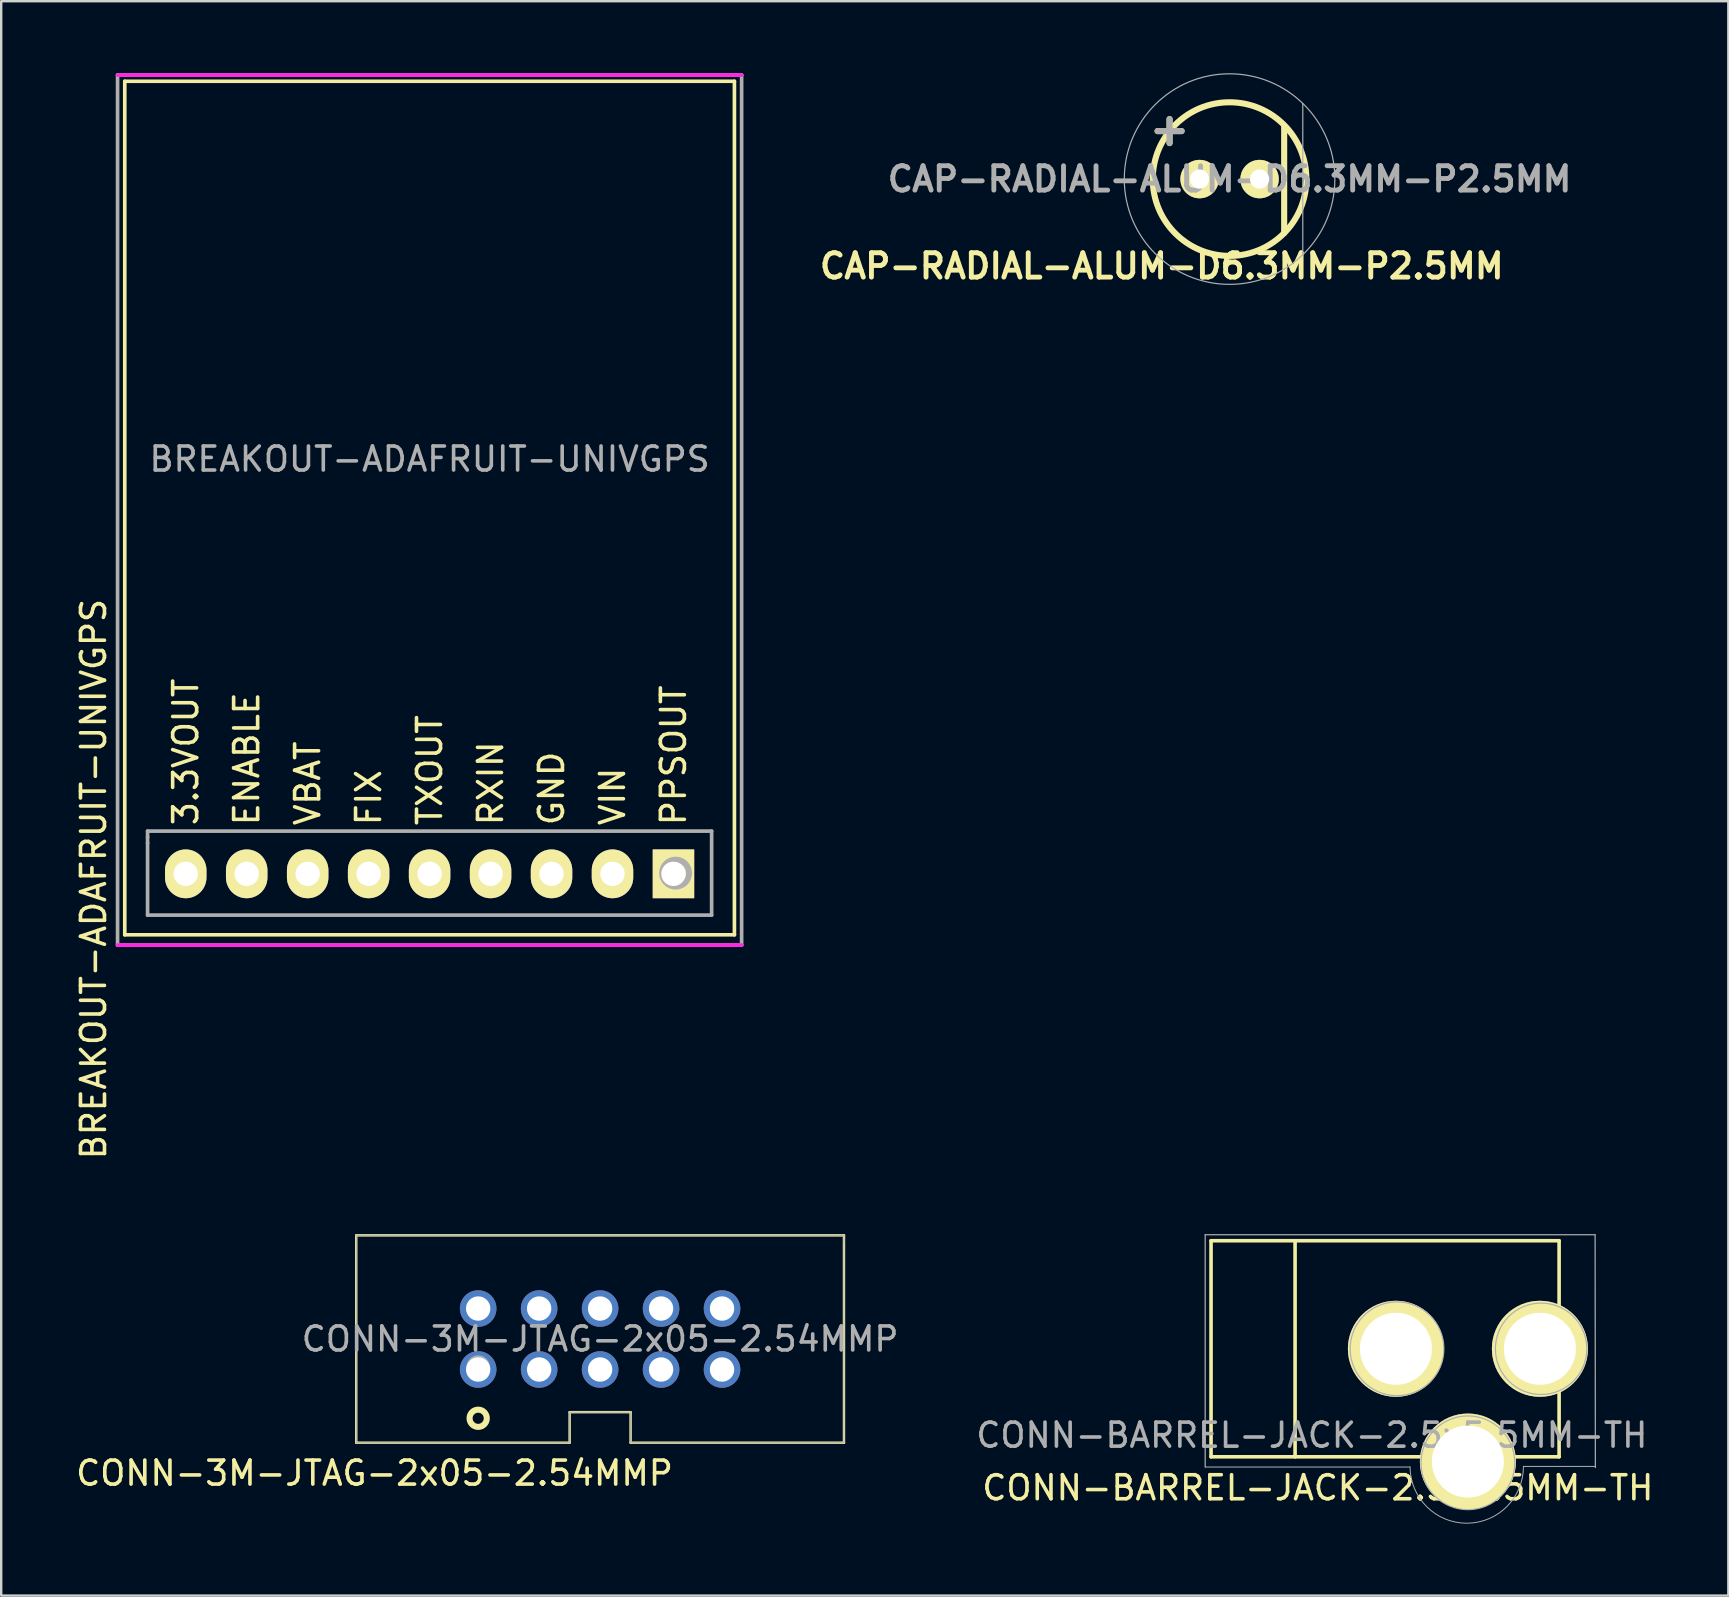
<source format=kicad_pcb>
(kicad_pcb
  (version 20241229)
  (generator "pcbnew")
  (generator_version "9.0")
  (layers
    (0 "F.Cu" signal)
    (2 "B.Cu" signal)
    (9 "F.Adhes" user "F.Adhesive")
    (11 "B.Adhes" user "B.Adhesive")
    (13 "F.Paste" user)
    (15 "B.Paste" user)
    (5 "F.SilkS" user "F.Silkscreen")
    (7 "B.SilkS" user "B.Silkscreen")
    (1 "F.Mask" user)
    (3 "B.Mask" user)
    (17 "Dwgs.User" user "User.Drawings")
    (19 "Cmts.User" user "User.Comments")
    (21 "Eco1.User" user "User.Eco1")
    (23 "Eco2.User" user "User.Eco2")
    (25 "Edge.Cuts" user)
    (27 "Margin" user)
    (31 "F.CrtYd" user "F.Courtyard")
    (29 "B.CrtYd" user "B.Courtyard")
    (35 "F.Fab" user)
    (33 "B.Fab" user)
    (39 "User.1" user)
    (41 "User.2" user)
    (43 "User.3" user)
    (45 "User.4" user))
  (footprint "BREAKOUT-ADAFRUIT-UNIVGPS"
    (layer "F.Cu")
    (at 14.848 15.576)
    (property "Reference" "BREAKOUT-ADAFRUIT-UNIVGPS" (at 0 0.5 0) (layer "F.Fab") (effects (font (size 1 1) (thickness 0.15))))
    (attr through_hole)
    (fp_line (start -12.7 -15.24) (end -12.7 20.32) (stroke (width 0.152) (type solid)) (layer "F.SilkS"))
    (fp_line (start -12.7 20.32) (end 12.7 20.32) (stroke (width 0.152) (type solid)) (layer "F.SilkS"))
    (fp_line (start 12.7 -15.24) (end -12.7 -15.24) (stroke (width 0.152) (type solid)) (layer "F.SilkS"))
    (fp_line (start 12.7 20.32) (end 12.7 -15.24) (stroke (width 0.152) (type solid)) (layer "F.SilkS"))
    (fp_line (start -13 20.75) (end 13 20.75) (stroke (width 0.152) (type solid)) (layer "F.CrtYd"))
    (fp_line (start 13 -15.5) (end -13 -15.5) (stroke (width 0.152) (type solid)) (layer "F.CrtYd"))
    (fp_line (start -13 -15.5) (end -13 20.75) (stroke (width 0.152) (type solid)) (layer "F.Fab"))
    (fp_line (start -13 20.75) (end 13 20.75) (stroke (width 0.152) (type solid)) (layer "F.Fab"))
    (fp_line (start -11.75 16) (end -11.75 16.25) (stroke (width 0.152) (type solid)) (layer "F.Fab"))
    (fp_line (start -11.75 16.25) (end -11.75 16.5) (stroke (width 0.152) (type solid)) (layer "F.Fab"))
    (fp_line (start -11.75 16.5) (end -11.75 19.5) (stroke (width 0.152) (type solid)) (layer "F.Fab"))
    (fp_line (start -11.75 19.5) (end 11.75 19.5) (stroke (width 0.152) (type solid)) (layer "F.Fab"))
    (fp_line (start 11.75 16) (end -11.75 16) (stroke (width 0.152) (type solid)) (layer "F.Fab"))
    (fp_line (start 11.75 19.5) (end 11.75 16) (stroke (width 0.152) (type solid)) (layer "F.Fab"))
    (fp_line (start 13 -15.5) (end -13 -15.5) (stroke (width 0.152) (type solid)) (layer "F.Fab"))
    (fp_line (start 13 20.75) (end 13 -15.5) (stroke (width 0.152) (type solid)) (layer "F.Fab"))
    (fp_circle (center 10.25 17.75) (end 10.5 18.25) (stroke (width 0.254) (type solid)) (fill no) (layer "F.Fab"))
    (fp_text user "VIN" (at 7.62 14.557 90) (layer "F.SilkS") (effects (font (size 1 1) (thickness 0.15))))
    (fp_text user "${REFERENCE}" (at -14 18 90) (layer "F.SilkS") (effects (font (size 1 1) (thickness 0.15))))
    (fp_text user "ENABLE" (at -7.62 12.986 90) (layer "F.SilkS") (effects (font (size 1 1) (thickness 0.15))))
    (fp_text user "GND" (at 5.08 14.224 90) (layer "F.SilkS") (effects (font (size 1 1) (thickness 0.15))))
    (fp_text user "PPSOUT" (at 10.16 12.843 90) (layer "F.SilkS") (effects (font (size 1 1) (thickness 0.15))))
    (fp_text user "3.3VOUT" (at -10.16 12.7 90) (layer "F.SilkS") (effects (font (size 1 1) (thickness 0.15))))
    (fp_text user "TXOUT" (at 0 13.462 90) (layer "F.SilkS") (effects (font (size 1 1) (thickness 0.15))))
    (fp_text user "RXIN" (at 2.54 14.01 90) (layer "F.SilkS") (effects (font (size 1 1) (thickness 0.15))))
    (fp_text user "FIX" (at -2.54 14.605 90) (layer "F.SilkS") (effects (font (size 1 1) (thickness 0.15))))
    (fp_text user "VBAT" (at -5.08 14.01 90) (layer "F.SilkS") (effects (font (size 1 1) (thickness 0.15))))
    (pad "1" thru_hole rect (at 10.16 17.78 180) (size 1.727 2.032) (drill 1.016) (layers "*.Cu" "*.Mask" "F.SilkS"))
    (pad "2" thru_hole oval (at 7.62 17.78 180) (size 1.727 2.032) (drill 1.016) (layers "*.Cu" "*.Mask" "F.SilkS"))
    (pad "3" thru_hole oval (at 5.08 17.78 180) (size 1.727 2.032) (drill 1.016) (layers "*.Cu" "*.Mask" "F.SilkS"))
    (pad "4" thru_hole oval (at 2.54 17.78 180) (size 1.727 2.032) (drill 1.016) (layers "*.Cu" "*.Mask" "F.SilkS"))
    (pad "5" thru_hole oval (at 0 17.78 180) (size 1.727 2.032) (drill 1.016) (layers "*.Cu" "*.Mask" "F.SilkS"))
    (pad "6" thru_hole oval (at -2.54 17.78 180) (size 1.727 2.032) (drill 1.016) (layers "*.Cu" "*.Mask" "F.SilkS"))
    (pad "7" thru_hole oval (at -5.08 17.78 180) (size 1.727 2.032) (drill 1.016) (layers "*.Cu" "*.Mask" "F.SilkS"))
    (pad "8" thru_hole oval (at -7.62 17.78 180) (size 1.727 2.032) (drill 1.016) (layers "*.Cu" "*.Mask" "F.SilkS"))
    (pad "9" thru_hole oval (at -10.16 17.78 180) (size 1.727 2.032) (drill 1.016) (layers "*.Cu" "*.Mask" "F.SilkS")))
  (footprint "CAP-RADIAL-ALUM-D6.3MM-P2.5MM"
    (layer "F.Cu")
    (at 48.177 4.411)
    (property "Reference" "CAP-RADIAL-ALUM-D6.3MM-P2.5MM" (at 0 0 0) (layer "F.Fab") (effects (font (size 1.016 1.016) (thickness 0.203))))
    (attr through_hole)
    (fp_line (start -3 -2) (end -2 -2) (stroke (width 0.254) (type solid)) (layer "F.SilkS"))
    (fp_line (start -2.5 -1.5) (end -2.5 -2.5) (stroke (width 0.254) (type solid)) (layer "F.SilkS"))
    (fp_line (start 2.275 -2.2) (end 2.275 2.25) (stroke (width 0.254) (type solid)) (layer "F.SilkS"))
    (fp_circle (center 0 0) (end 3.2 0) (stroke (width 0.254) (type solid)) (fill no) (layer "F.SilkS"))
    (fp_line (start -3 -2) (end -2 -2) (stroke (width 0.254) (type solid)) (layer "F.Fab"))
    (fp_line (start -2.5 -1.5) (end -2.5 -2.5) (stroke (width 0.254) (type solid)) (layer "F.Fab"))
    (fp_line (start 3.05 -3.15) (end 3.05 3.15) (stroke (width 0.05) (type solid)) (layer "F.Fab"))
    (fp_circle (center 0 0) (end 3.2 3) (stroke (width 0.05) (type solid)) (fill no) (layer "F.Fab"))
    (fp_text user "${REFERENCE}" (at -2.825 3.625 0) (layer "F.SilkS") (effects (font (size 1.016 1.016) (thickness 0.203))))
    (pad "1" thru_hole circle (at -1.25 0) (size 1.6 1.6) (drill 0.8) (layers "*.Cu" "*.Mask" "F.SilkS"))
    (pad "2" thru_hole circle (at 1.25 0) (size 1.6 1.6) (drill 0.8) (layers "*.Cu" "*.Mask" "F.SilkS")))
  (footprint "CONN-BARREL-JACK-2.5x5.5MM-TH"
    (layer "F.Cu")
    (at 61.106 53.244)
    (property "Reference" "CONN-BARREL-JACK-2.5x5.5MM-TH" (at -9.5 3.5 0) (layer "F.Fab") (effects (font (size 1 1) (thickness 0.15))))
    (attr through_hole)
    (fp_line (start -13.701 -4.601) (end -13.701 4.401) (stroke (width 0.15) (type solid)) (layer "F.SilkS"))
    (fp_line (start -13.701 4.401) (end 0.8 4.401) (stroke (width 0.15) (type solid)) (layer "F.SilkS"))
    (fp_line (start -10.2 -4.601) (end -10.2 4.401) (stroke (width 0.15) (type solid)) (layer "F.SilkS"))
    (fp_line (start 0.8 -4.601) (end -13.701 -4.601) (stroke (width 0.15) (type solid)) (layer "F.SilkS"))
    (fp_line (start 0.8 4.401) (end 0.8 -4.601) (stroke (width 0.15) (type solid)) (layer "F.SilkS"))
    (fp_line (start -13.945 -4.851) (end -13.945 4.826) (stroke (width 0.05) (type solid)) (layer "F.Fab"))
    (fp_line (start -13.945 4.826) (end -5.41 4.826) (stroke (width 0.041) (type solid)) (layer "F.Fab"))
    (fp_line (start -0.686 4.801) (end 2.311 4.801) (stroke (width 0.041) (type solid)) (layer "F.Fab"))
    (fp_line (start 2.3 -4.851) (end -13.945 -4.851) (stroke (width 0.05) (type solid)) (layer "F.Fab"))
    (fp_line (start 2.311 4.849) (end 2.3 -4.851) (stroke (width 0.05) (type solid)) (layer "F.Fab"))
    (fp_arc (start -0.6858 4.8006) (mid -3.035301 7.162766) (end -5.410063 4.825998) (stroke (width 0.04064) (type solid)) (layer "F.Fab"))
    (fp_circle (center -5.953 -0.1) (end -4.703 1.4) (stroke (width 0.05) (type solid)) (fill no) (layer "F.Fab"))
    (fp_circle (center -3 4.65) (end -1.5 5.9) (stroke (width 0.05) (type solid)) (fill no) (layer "F.Fab"))
    (fp_circle (center 0.05 -0.1) (end 0.8 1.65) (stroke (width 0.05) (type solid)) (fill no) (layer "F.Fab"))
    (fp_text user "${REFERENCE}" (at -9.251 5.691 0) (layer "F.SilkS") (effects (font (size 1 1) (thickness 0.15))))
    (pad "1" thru_hole circle (at 0.00014 -0.1) (size 4 4) (drill 3) (layers "*.Cu" "*.Mask" "F.SilkS"))
    (pad "2" thru_hole circle (at -5.999 -0.1) (size 4 4) (drill 3) (layers "*.Cu" "*.Mask" "F.SilkS"))
    (pad "3" thru_hole circle (at -3 4.599) (size 4 4) (drill 3) (layers "*.Cu" "*.Mask" "F.SilkS")))
  (footprint "CONN-3M-JTAG-2x05-2.54MMP"
    (layer "F.Cu")
    (at 21.952 52.737)
    (property "Reference" "CONN-3M-JTAG-2x05-2.54MMP" (at 0 0 0) (layer "F.Fab") (effects (font (size 1 1) (thickness 0.15))))
    (attr through_hole)
    (fp_line (start -10.16 4.318) (end -10.16 -4.318) (stroke (width 0.102) (type solid)) (layer "F.SilkS"))
    (fp_line (start -10.16 4.318) (end -1.27 4.318) (stroke (width 0.102) (type solid)) (layer "F.SilkS"))
    (fp_line (start -1.27 3.048) (end 1.27 3.048) (stroke (width 0.102) (type solid)) (layer "F.SilkS"))
    (fp_line (start -1.27 4.318) (end -1.27 3.048) (stroke (width 0.102) (type solid)) (layer "F.SilkS"))
    (fp_line (start 1.27 3.048) (end 1.27 4.318) (stroke (width 0.102) (type solid)) (layer "F.SilkS"))
    (fp_line (start 1.27 4.318) (end 10.16 4.318) (stroke (width 0.102) (type solid)) (layer "F.SilkS"))
    (fp_line (start 10.16 -4.318) (end -10.16 -4.318) (stroke (width 0.102) (type solid)) (layer "F.SilkS"))
    (fp_line (start 10.16 4.318) (end 10.16 -4.318) (stroke (width 0.102) (type solid)) (layer "F.SilkS"))
    (fp_circle (center -5.08 3.302) (end -4.826 3.556) (stroke (width 0.254) (type solid)) (fill no) (layer "F.SilkS"))
    (fp_line (start -10.16 -4.318) (end -10.16 4.318) (stroke (width 0.041) (type solid)) (layer "F.Fab"))
    (fp_line (start -10.16 4.318) (end -1.27 4.318) (stroke (width 0.041) (type solid)) (layer "F.Fab"))
    (fp_line (start -1.27 3.048) (end 1.27 3.048) (stroke (width 0.041) (type solid)) (layer "F.Fab"))
    (fp_line (start -1.27 4.318) (end -1.27 3.048) (stroke (width 0.041) (type solid)) (layer "F.Fab"))
    (fp_line (start 1.27 3.048) (end 1.27 4.318) (stroke (width 0.041) (type solid)) (layer "F.Fab"))
    (fp_line (start 1.27 4.318) (end 10.16 4.318) (stroke (width 0.041) (type solid)) (layer "F.Fab"))
    (fp_line (start 10.16 -4.318) (end -10.16 -4.318) (stroke (width 0.041) (type solid)) (layer "F.Fab"))
    (fp_line (start 10.16 -4.064) (end 10.16 -4.318) (stroke (width 0.041) (type solid)) (layer "F.Fab"))
    (fp_line (start 10.16 4.318) (end 10.16 -4.064) (stroke (width 0.041) (type solid)) (layer "F.Fab"))
    (fp_circle (center -5.08 1.165) (end -4.826 1.419) (stroke (width 0.254) (type solid)) (fill no) (layer "F.Fab"))
    (fp_text user "${REFERENCE}" (at -9.398 5.588 180) (layer "F.SilkS") (effects (font (size 1 1) (thickness 0.15))))
    (pad "1" thru_hole circle (at -5.08 1.27) (size 1.524 1.524) (drill 1.016) (layers "*.Cu" "*.Mask"))
    (pad "2" thru_hole circle (at -5.08 -1.27) (size 1.524 1.524) (drill 1.016) (layers "*.Cu" "*.Mask"))
    (pad "3" thru_hole circle (at -2.54 1.27) (size 1.524 1.524) (drill 1.016) (layers "*.Cu" "*.Mask"))
    (pad "4" thru_hole circle (at -2.54 -1.27) (size 1.524 1.524) (drill 1.016) (layers "*.Cu" "*.Mask"))
    (pad "5" thru_hole circle (at 0 1.27) (size 1.524 1.524) (drill 1.016) (layers "*.Cu" "*.Mask"))
    (pad "6" thru_hole circle (at 0 -1.27) (size 1.524 1.524) (drill 1.016) (layers "*.Cu" "*.Mask"))
    (pad "7" thru_hole circle (at 2.54 1.27) (size 1.524 1.524) (drill 1.016) (layers "*.Cu" "*.Mask"))
    (pad "8" thru_hole circle (at 2.54 -1.27) (size 1.524 1.524) (drill 1.016) (layers "*.Cu" "*.Mask"))
    (pad "9" thru_hole circle (at 5.08 1.27) (size 1.524 1.524) (drill 1.016) (layers "*.Cu" "*.Mask"))
    (pad "10" thru_hole circle (at 5.08 -1.27) (size 1.524 1.524) (drill 1.016) (layers "*.Cu" "*.Mask")))
  (gr_rect
    (start -3 -3)
    (end 68.957 63.427)
    (stroke (width 0.1) (type default))
    (fill no)
    (layer "Edge.Cuts")))
</source>
